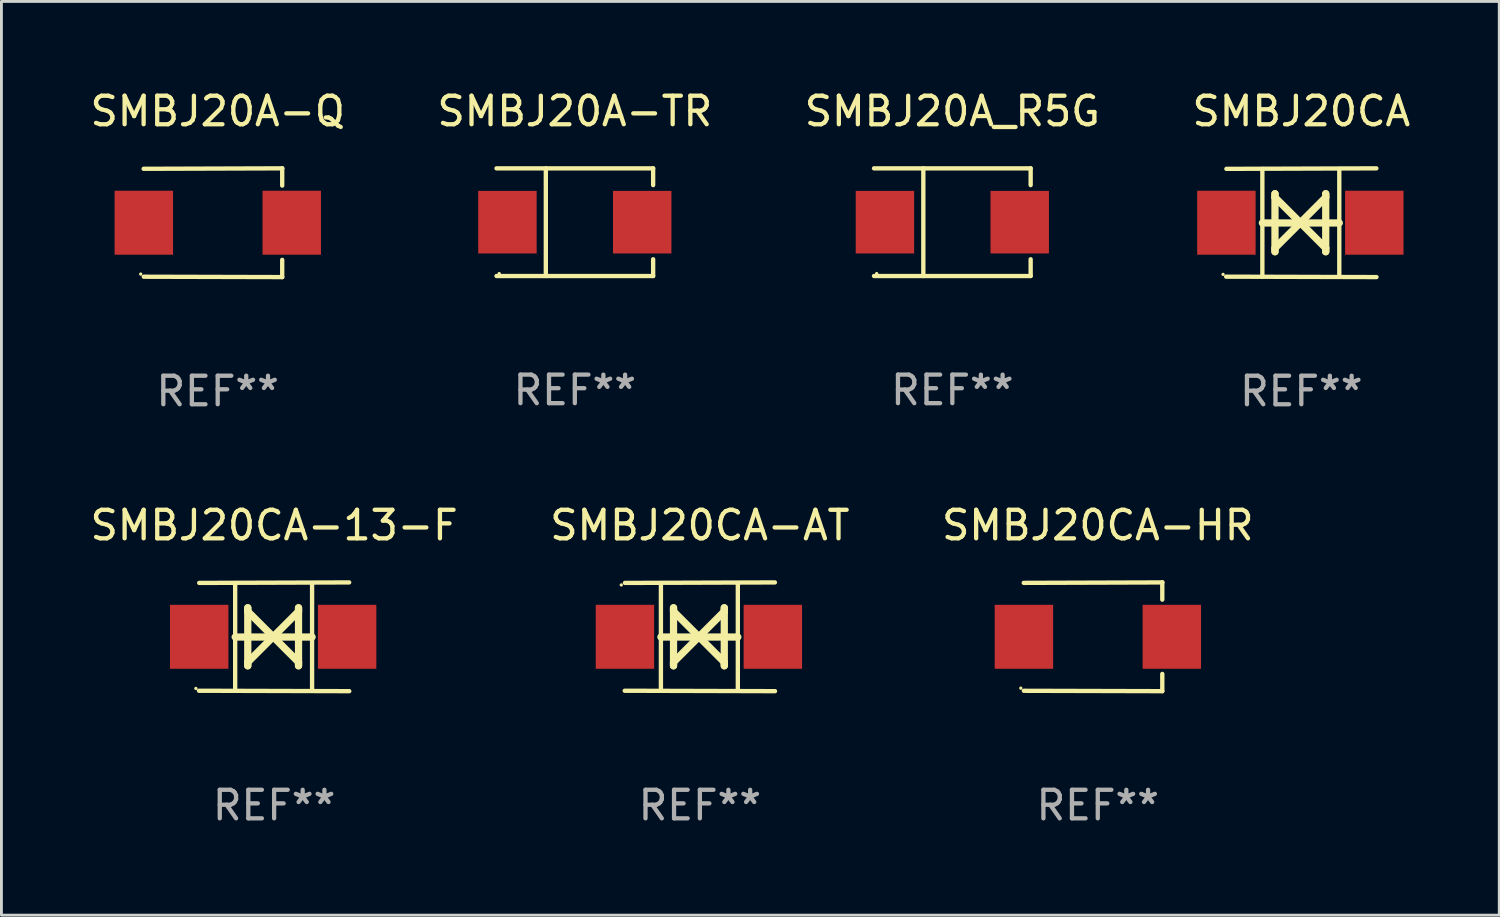
<source format=kicad_pcb>
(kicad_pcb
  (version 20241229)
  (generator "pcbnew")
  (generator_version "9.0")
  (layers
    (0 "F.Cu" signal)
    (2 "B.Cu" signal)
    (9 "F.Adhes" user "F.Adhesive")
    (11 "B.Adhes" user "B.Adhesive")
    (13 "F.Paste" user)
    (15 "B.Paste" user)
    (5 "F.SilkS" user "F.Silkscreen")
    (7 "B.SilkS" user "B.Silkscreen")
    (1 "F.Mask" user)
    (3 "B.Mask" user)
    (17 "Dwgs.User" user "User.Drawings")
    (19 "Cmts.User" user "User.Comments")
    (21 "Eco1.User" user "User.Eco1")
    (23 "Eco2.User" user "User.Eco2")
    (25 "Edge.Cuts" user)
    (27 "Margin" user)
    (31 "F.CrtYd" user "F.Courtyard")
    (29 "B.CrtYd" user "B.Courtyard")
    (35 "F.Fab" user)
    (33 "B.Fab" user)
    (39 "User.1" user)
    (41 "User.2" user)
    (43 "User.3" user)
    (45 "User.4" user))
  (footprint "SMBJ20CA-HR"
    (layer "F.Cu")
    (at 35.411 19.26)
    (property "Reference" "SMBJ20CA-HR" (at 0 -3.905 0) (layer "F.SilkS") (effects (font (size 1 1) (thickness 0.15))))
    (attr through_hole)
    (fp_line (start 2.256 -1.905) (end -2.594 -1.889) (stroke (width 0.152) (type solid)) (layer "F.SilkS"))
    (fp_line (start 2.256 -1.905) (end 2.26 -1.905) (stroke (width 0.152) (type solid)) (layer "F.SilkS"))
    (fp_line (start 2.26 -1.905) (end 2.26 -1.301) (stroke (width 0.152) (type solid)) (layer "F.SilkS"))
    (fp_line (start 2.26 1.301) (end 2.26 1.905) (stroke (width 0.152) (type solid)) (layer "F.SilkS"))
    (fp_line (start 2.26 1.905) (end -2.59 1.892) (stroke (width 0.152) (type solid)) (layer "F.SilkS"))
    (fp_circle (center -2.697 1.8) (end -2.667 1.8) (stroke (width 0.06) (type solid)) (fill no) (layer "F.SilkS"))
    (fp_text user "REF**" (at 0 5.905 0) (layer "F.Fab") (effects (font (size 1 1) (thickness 0.15))))
    (pad "1" smd rect (at -2.588 0) (size 2.047 2.241) (layers "F.Cu" "F.Mask" "F.Paste"))
    (pad "2" smd rect (at 2.594 0) (size 2.047 2.241) (layers "F.Cu" "F.Mask" "F.Paste")))
  (footprint "SMBJ20CA"
    (layer "F.Cu")
    (at 42.542 4.753)
    (property "Reference" "SMBJ20CA" (at 0 -3.905 0) (layer "F.SilkS") (effects (font (size 1 1) (thickness 0.15))))
    (attr through_hole)
    (fp_line (start -1.365 1.886) (end -1.365 -1.886) (stroke (width 0.152) (type solid)) (layer "F.SilkS"))
    (fp_line (start -1.365 0.008) (end 1.33 0.008) (stroke (width 0.254) (type solid)) (layer "F.SilkS"))
    (fp_line (start -0.923 -1.016) (end -0.923 1.016) (stroke (width 0.254) (type solid)) (layer "F.SilkS"))
    (fp_line (start -0.923 -0.889) (end -0.923 -1.016) (stroke (width 0.254) (type solid)) (layer "F.SilkS"))
    (fp_line (start -0.923 0.889) (end -0.034 0) (stroke (width 0.254) (type solid)) (layer "F.SilkS"))
    (fp_line (start -0.923 1.016) (end -0.923 0.889) (stroke (width 0.254) (type solid)) (layer "F.SilkS"))
    (fp_line (start -0.034 0) (end -0.923 -0.889) (stroke (width 0.254) (type solid)) (layer "F.SilkS"))
    (fp_line (start -0.034 0) (end 0.855 0.889) (stroke (width 0.254) (type solid)) (layer "F.SilkS"))
    (fp_line (start 0.855 -1.016) (end 0.855 -0.889) (stroke (width 0.254) (type solid)) (layer "F.SilkS"))
    (fp_line (start 0.855 -0.889) (end -0.034 0) (stroke (width 0.254) (type solid)) (layer "F.SilkS"))
    (fp_line (start 0.855 0.889) (end 0.855 1.016) (stroke (width 0.254) (type solid)) (layer "F.SilkS"))
    (fp_line (start 0.855 1.016) (end 0.855 -1.016) (stroke (width 0.254) (type solid)) (layer "F.SilkS"))
    (fp_line (start 1.33 1.886) (end 1.33 -1.886) (stroke (width 0.152) (type solid)) (layer "F.SilkS"))
    (fp_line (start 2.629 -1.905) (end -2.625 -1.887) (stroke (width 0.152) (type solid)) (layer "F.SilkS"))
    (fp_line (start 2.633 1.905) (end -2.633 1.89) (stroke (width 0.152) (type solid)) (layer "F.SilkS"))
    (fp_circle (center -2.741 1.81) (end -2.711 1.81) (stroke (width 0.06) (type solid)) (fill no) (layer "F.SilkS"))
    (fp_text user "REF**" (at 0 5.905 0) (layer "F.Fab") (effects (font (size 1 1) (thickness 0.15))))
    (pad "1" smd rect (at -2.625 0) (size 2.047 2.241) (layers "F.Cu" "F.Mask" "F.Paste"))
    (pad "2" smd rect (at 2.557 0) (size 2.047 2.241) (layers "F.Cu" "F.Mask" "F.Paste")))
  (footprint "SMBJ20A-TR"
    (layer "F.Cu")
    (at 17.089 4.734)
    (property "Reference" "SMBJ20A-TR" (at 0 -3.886 0) (layer "F.SilkS") (effects (font (size 1 1) (thickness 0.15))))
    (attr through_hole)
    (fp_line (start -2.744 -1.886) (end 2.744 -1.886) (stroke (width 0.152) (type solid)) (layer "F.SilkS"))
    (fp_line (start -2.744 1.886) (end 2.744 1.886) (stroke (width 0.152) (type solid)) (layer "F.SilkS"))
    (fp_line (start -1.016 -1.886) (end -1.016 1.886) (stroke (width 0.152) (type solid)) (layer "F.SilkS"))
    (fp_line (start 2.744 -1.886) (end 2.744 -1.299) (stroke (width 0.152) (type solid)) (layer "F.SilkS"))
    (fp_line (start 2.744 1.886) (end 2.744 1.299) (stroke (width 0.152) (type solid)) (layer "F.SilkS"))
    (fp_circle (center -2.65 1.8) (end -2.62 1.8) (stroke (width 0.06) (type solid)) (fill no) (layer "F.SilkS"))
    (fp_text user "REF**" (at 0 5.886 0) (layer "F.Fab") (effects (font (size 1 1) (thickness 0.15))))
    (pad "1" smd rect (at -2.361 0) (size 2.047 2.192) (layers "F.Cu" "F.Mask" "F.Paste"))
    (pad "2" smd rect (at 2.361 0) (size 2.047 2.192) (layers "F.Cu" "F.Mask" "F.Paste")))
  (footprint "SMBJ20CA-AT"
    (layer "F.Cu")
    (at 21.47 19.26)
    (property "Reference" "SMBJ20CA-AT" (at 0 -3.905 0) (layer "F.SilkS") (effects (font (size 1 1) (thickness 0.15))))
    (attr through_hole)
    (fp_line (start -1.365 1.886) (end -1.365 -1.886) (stroke (width 0.152) (type solid)) (layer "F.SilkS"))
    (fp_line (start -1.365 0.008) (end 1.33 0.008) (stroke (width 0.254) (type solid)) (layer "F.SilkS"))
    (fp_line (start -0.923 -1.016) (end -0.923 1.016) (stroke (width 0.254) (type solid)) (layer "F.SilkS"))
    (fp_line (start -0.923 -0.889) (end -0.923 -1.016) (stroke (width 0.254) (type solid)) (layer "F.SilkS"))
    (fp_line (start -0.923 0.889) (end -0.034 0) (stroke (width 0.254) (type solid)) (layer "F.SilkS"))
    (fp_line (start -0.923 1.016) (end -0.923 0.889) (stroke (width 0.254) (type solid)) (layer "F.SilkS"))
    (fp_line (start -0.034 0) (end -0.923 -0.889) (stroke (width 0.254) (type solid)) (layer "F.SilkS"))
    (fp_line (start -0.034 0) (end 0.855 0.889) (stroke (width 0.254) (type solid)) (layer "F.SilkS"))
    (fp_line (start 0.855 -1.016) (end 0.855 -0.889) (stroke (width 0.254) (type solid)) (layer "F.SilkS"))
    (fp_line (start 0.855 -0.889) (end -0.034 0) (stroke (width 0.254) (type solid)) (layer "F.SilkS"))
    (fp_line (start 0.855 0.889) (end 0.855 1.016) (stroke (width 0.254) (type solid)) (layer "F.SilkS"))
    (fp_line (start 0.855 1.016) (end 0.855 -1.016) (stroke (width 0.254) (type solid)) (layer "F.SilkS"))
    (fp_line (start 1.33 1.886) (end 1.33 -1.886) (stroke (width 0.152) (type solid)) (layer "F.SilkS"))
    (fp_line (start 2.629 -1.905) (end -2.625 -1.887) (stroke (width 0.152) (type solid)) (layer "F.SilkS"))
    (fp_line (start 2.633 1.905) (end -2.633 1.89) (stroke (width 0.152) (type solid)) (layer "F.SilkS"))
    (fp_circle (center -2.753 -1.816) (end -2.723 -1.816) (stroke (width 0.06) (type solid)) (fill no) (layer "F.SilkS"))
    (fp_text user "REF**" (at 0 5.905 0) (layer "F.Fab") (effects (font (size 1 1) (thickness 0.15))))
    (pad "1" smd rect (at -2.625 0) (size 2.047 2.241) (layers "F.Cu" "F.Mask" "F.Paste"))
    (pad "2" smd rect (at 2.557 0) (size 2.047 2.241) (layers "F.Cu" "F.Mask" "F.Paste")))
  (footprint "SMBJ20A_R5G"
    (layer "F.Cu")
    (at 30.315 4.734)
    (property "Reference" "SMBJ20A_R5G" (at 0 -3.886 0) (layer "F.SilkS") (effects (font (size 1 1) (thickness 0.15))))
    (attr through_hole)
    (fp_line (start -2.744 -1.886) (end 2.744 -1.886) (stroke (width 0.152) (type solid)) (layer "F.SilkS"))
    (fp_line (start -2.744 1.886) (end 2.744 1.886) (stroke (width 0.152) (type solid)) (layer "F.SilkS"))
    (fp_line (start -1.016 -1.886) (end -1.016 1.886) (stroke (width 0.152) (type solid)) (layer "F.SilkS"))
    (fp_line (start 2.744 -1.886) (end 2.744 -1.299) (stroke (width 0.152) (type solid)) (layer "F.SilkS"))
    (fp_line (start 2.744 1.886) (end 2.744 1.299) (stroke (width 0.152) (type solid)) (layer "F.SilkS"))
    (fp_circle (center -2.65 1.8) (end -2.62 1.8) (stroke (width 0.06) (type solid)) (fill no) (layer "F.SilkS"))
    (fp_text user "REF**" (at 0 5.886 0) (layer "F.Fab") (effects (font (size 1 1) (thickness 0.15))))
    (pad "1" smd rect (at -2.361 0) (size 2.047 2.192) (layers "F.Cu" "F.Mask" "F.Paste"))
    (pad "2" smd rect (at 2.361 0) (size 2.047 2.192) (layers "F.Cu" "F.Mask" "F.Paste")))
  (footprint "SMBJ20A-Q"
    (layer "F.Cu")
    (at 4.577 4.753)
    (property "Reference" "SMBJ20A-Q" (at 0 -3.905 0) (layer "F.SilkS") (effects (font (size 1 1) (thickness 0.15))))
    (attr through_hole)
    (fp_line (start 2.256 -1.905) (end -2.594 -1.889) (stroke (width 0.152) (type solid)) (layer "F.SilkS"))
    (fp_line (start 2.256 -1.905) (end 2.26 -1.905) (stroke (width 0.152) (type solid)) (layer "F.SilkS"))
    (fp_line (start 2.26 -1.905) (end 2.26 -1.301) (stroke (width 0.152) (type solid)) (layer "F.SilkS"))
    (fp_line (start 2.26 1.301) (end 2.26 1.905) (stroke (width 0.152) (type solid)) (layer "F.SilkS"))
    (fp_line (start 2.26 1.905) (end -2.59 1.892) (stroke (width 0.152) (type solid)) (layer "F.SilkS"))
    (fp_circle (center -2.697 1.8) (end -2.667 1.8) (stroke (width 0.06) (type solid)) (fill no) (layer "F.SilkS"))
    (fp_text user "REF**" (at 0 5.905 0) (layer "F.Fab") (effects (font (size 1 1) (thickness 0.15))))
    (pad "1" smd rect (at -2.588 0) (size 2.047 2.241) (layers "F.Cu" "F.Mask" "F.Paste"))
    (pad "2" smd rect (at 2.594 0) (size 2.047 2.241) (layers "F.Cu" "F.Mask" "F.Paste")))
  (footprint "SMBJ20CA-13-F"
    (layer "F.Cu")
    (at 6.554 19.26)
    (property "Reference" "SMBJ20CA-13-F" (at 0 -3.905 0) (layer "F.SilkS") (effects (font (size 1 1) (thickness 0.15))))
    (attr through_hole)
    (fp_line (start -1.365 1.886) (end -1.365 -1.886) (stroke (width 0.152) (type solid)) (layer "F.SilkS"))
    (fp_line (start -1.365 0.008) (end 1.33 0.008) (stroke (width 0.254) (type solid)) (layer "F.SilkS"))
    (fp_line (start -0.923 -1.016) (end -0.923 1.016) (stroke (width 0.254) (type solid)) (layer "F.SilkS"))
    (fp_line (start -0.923 -0.889) (end -0.923 -1.016) (stroke (width 0.254) (type solid)) (layer "F.SilkS"))
    (fp_line (start -0.923 0.889) (end -0.034 0) (stroke (width 0.254) (type solid)) (layer "F.SilkS"))
    (fp_line (start -0.923 1.016) (end -0.923 0.889) (stroke (width 0.254) (type solid)) (layer "F.SilkS"))
    (fp_line (start -0.034 0) (end -0.923 -0.889) (stroke (width 0.254) (type solid)) (layer "F.SilkS"))
    (fp_line (start -0.034 0) (end 0.855 0.889) (stroke (width 0.254) (type solid)) (layer "F.SilkS"))
    (fp_line (start 0.855 -1.016) (end 0.855 -0.889) (stroke (width 0.254) (type solid)) (layer "F.SilkS"))
    (fp_line (start 0.855 -0.889) (end -0.034 0) (stroke (width 0.254) (type solid)) (layer "F.SilkS"))
    (fp_line (start 0.855 0.889) (end 0.855 1.016) (stroke (width 0.254) (type solid)) (layer "F.SilkS"))
    (fp_line (start 0.855 1.016) (end 0.855 -1.016) (stroke (width 0.254) (type solid)) (layer "F.SilkS"))
    (fp_line (start 1.33 1.886) (end 1.33 -1.886) (stroke (width 0.152) (type solid)) (layer "F.SilkS"))
    (fp_line (start 2.629 -1.905) (end -2.625 -1.887) (stroke (width 0.152) (type solid)) (layer "F.SilkS"))
    (fp_line (start 2.633 1.905) (end -2.633 1.89) (stroke (width 0.152) (type solid)) (layer "F.SilkS"))
    (fp_circle (center -2.741 1.81) (end -2.711 1.81) (stroke (width 0.06) (type solid)) (fill no) (layer "F.SilkS"))
    (fp_text user "REF**" (at 0 5.905 0) (layer "F.Fab") (effects (font (size 1 1) (thickness 0.15))))
    (pad "1" smd rect (at -2.625 0) (size 2.047 2.241) (layers "F.Cu" "F.Mask" "F.Paste"))
    (pad "2" smd rect (at 2.557 0) (size 2.047 2.241) (layers "F.Cu" "F.Mask" "F.Paste")))
  (gr_rect
    (start -3 -3)
    (end 49.476 29.013)
    (stroke (width 0.1) (type default))
    (fill no)
    (layer "Edge.Cuts")))
</source>
